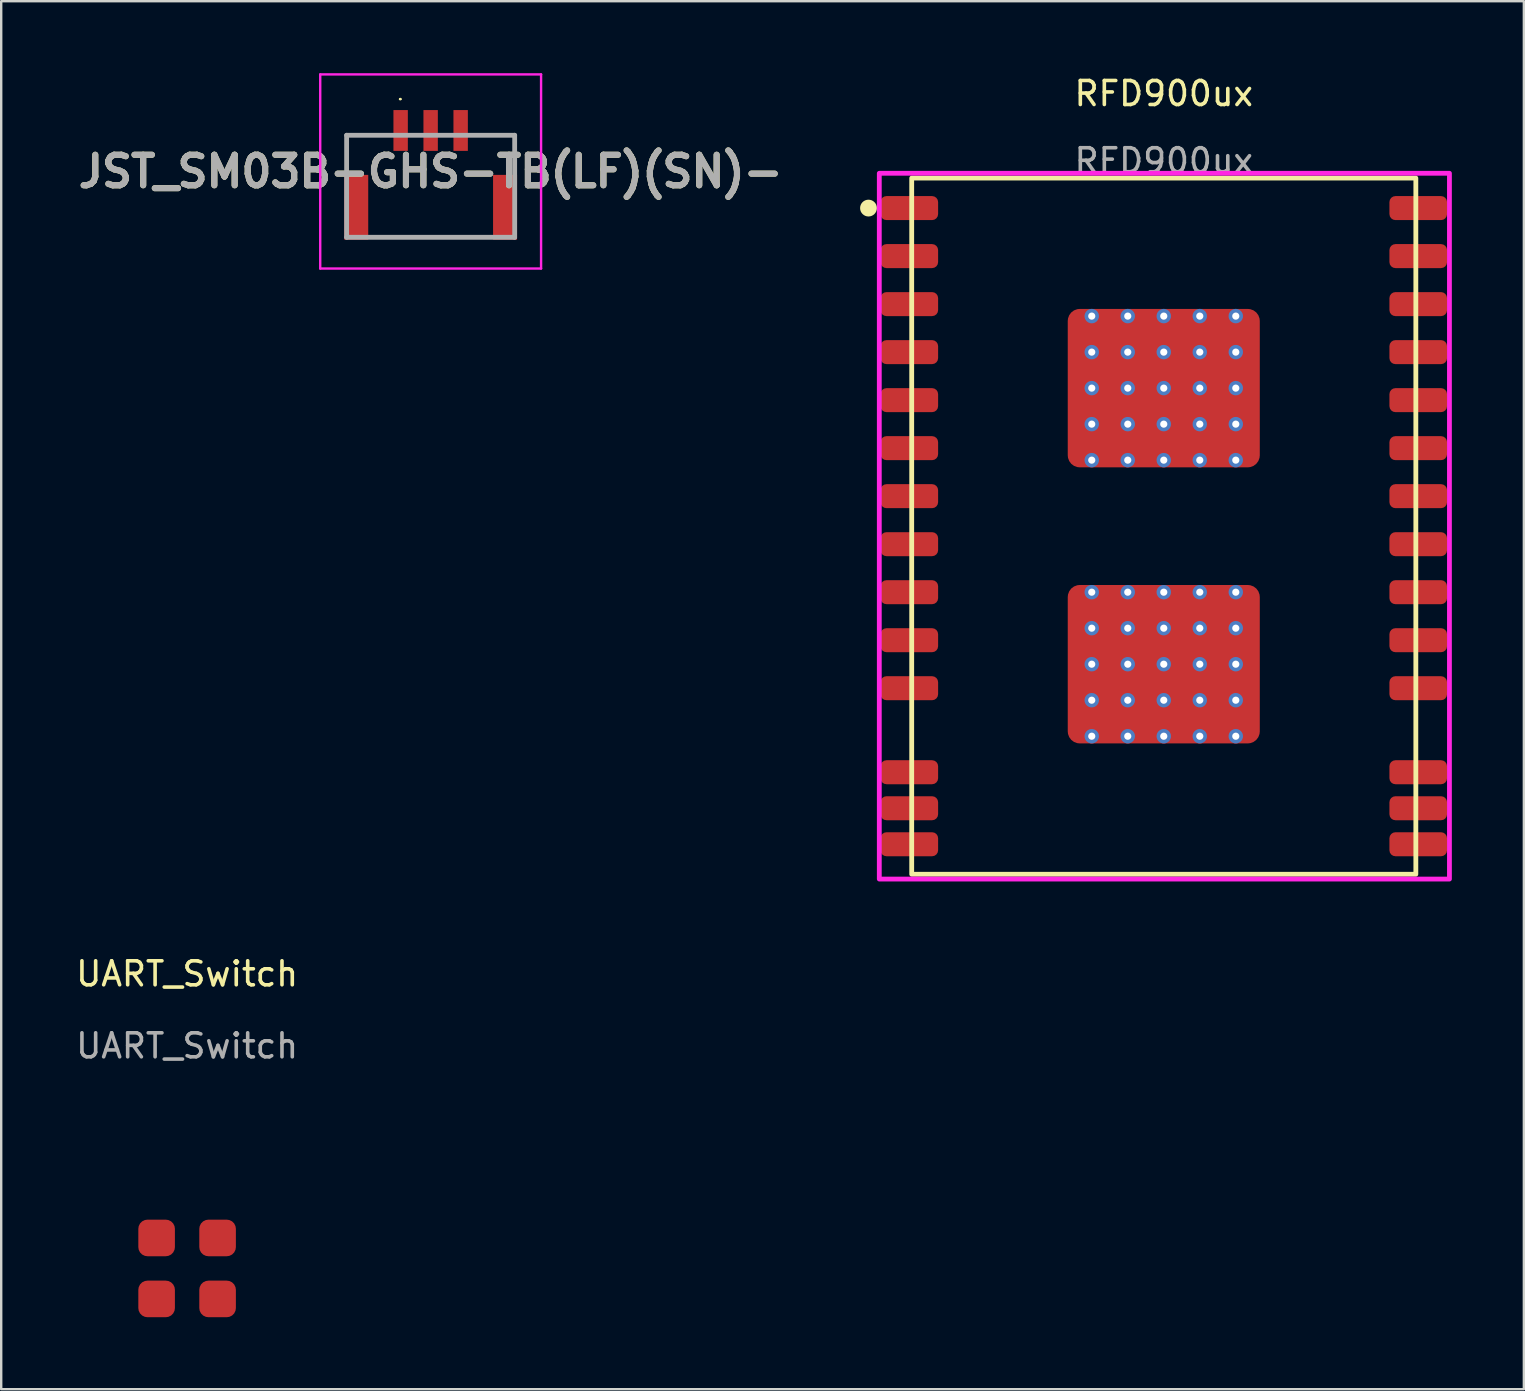
<source format=kicad_pcb>
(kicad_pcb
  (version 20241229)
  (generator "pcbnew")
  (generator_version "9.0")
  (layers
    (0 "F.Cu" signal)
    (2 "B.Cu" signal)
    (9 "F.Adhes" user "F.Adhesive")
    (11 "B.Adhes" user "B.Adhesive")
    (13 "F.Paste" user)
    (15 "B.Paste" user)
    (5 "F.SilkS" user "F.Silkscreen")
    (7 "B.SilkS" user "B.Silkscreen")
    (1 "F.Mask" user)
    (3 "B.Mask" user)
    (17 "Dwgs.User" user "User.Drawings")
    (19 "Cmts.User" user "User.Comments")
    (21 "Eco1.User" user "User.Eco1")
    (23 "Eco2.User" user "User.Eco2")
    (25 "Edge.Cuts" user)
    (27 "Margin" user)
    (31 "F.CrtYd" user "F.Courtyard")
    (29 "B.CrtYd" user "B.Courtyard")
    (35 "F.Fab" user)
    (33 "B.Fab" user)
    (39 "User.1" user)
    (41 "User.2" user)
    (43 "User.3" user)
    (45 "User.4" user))
  (footprint "JST_SM03B-GHS-TB(LF)(SN)-"
    (layer "F.Cu")
    (at 14.889 3.235)
    (property "Reference" "JST_SM03B-GHS-TB(LF)(SN)-" (at 0 0.858 0) (layer "F.SilkS") (effects (font (size 1.27 1.27) (thickness 0.254))))
    (attr smd)
    (fp_line (start -3.5 -0.65) (end -3.5 0.656) (stroke (width 0.1) (type solid)) (layer "F.SilkS"))
    (fp_line (start -3.5 -0.65) (end -1.907 -0.65) (stroke (width 0.1) (type solid)) (layer "F.SilkS"))
    (fp_line (start -1.295 -2.156) (end -1.295 -2.156) (stroke (width 0.058) (type solid)) (layer "F.SilkS"))
    (fp_line (start -1.237 -2.156) (end -1.237 -2.156) (stroke (width 0.058) (type solid)) (layer "F.SilkS"))
    (fp_line (start 2.2 3.6) (end -2.2 3.6) (stroke (width 0.1) (type solid)) (layer "F.SilkS"))
    (fp_line (start 3.5 -0.65) (end 1.907 -0.65) (stroke (width 0.1) (type solid)) (layer "F.SilkS"))
    (fp_line (start 3.5 -0.65) (end 3.5 0.656) (stroke (width 0.1) (type solid)) (layer "F.SilkS"))
    (fp_arc (start -1.295 -2.156) (mid -1.266 -2.185) (end -1.237 -2.156) (stroke (width 0.058) (type solid)) (layer "F.SilkS"))
    (fp_arc (start -1.237 -2.156) (mid -1.266 -2.127) (end -1.295 -2.156) (stroke (width 0.058) (type solid)) (layer "F.SilkS"))
    (fp_line (start -4.6 -3.185) (end -4.6 4.901) (stroke (width 0.1) (type solid)) (layer "F.CrtYd"))
    (fp_line (start -4.6 4.901) (end 4.6 4.901) (stroke (width 0.1) (type solid)) (layer "F.CrtYd"))
    (fp_line (start 4.6 -3.185) (end -4.6 -3.185) (stroke (width 0.1) (type solid)) (layer "F.CrtYd"))
    (fp_line (start 4.6 4.901) (end 4.6 -3.185) (stroke (width 0.1) (type solid)) (layer "F.CrtYd"))
    (fp_line (start -3.5 -0.65) (end -3.5 3.6) (stroke (width 0.2) (type solid)) (layer "F.Fab"))
    (fp_line (start -3.5 3.6) (end 3.5 3.6) (stroke (width 0.2) (type solid)) (layer "F.Fab"))
    (fp_line (start 3.5 -0.65) (end -3.5 -0.65) (stroke (width 0.2) (type solid)) (layer "F.Fab"))
    (fp_line (start 3.5 3.6) (end 3.5 -0.65) (stroke (width 0.2) (type solid)) (layer "F.Fab"))
    (fp_text user "${REFERENCE}" (at 0 0.858 0) (layer "F.Fab") (effects (font (size 1.27 1.27) (thickness 0.254))))
    (pad "1" smd rect (at -1.25 -0.85) (size 0.6 1.7) (layers "F.Cu" "F.Mask" "F.Paste"))
    (pad "2" smd rect (at 0 -0.85) (size 0.6 1.7) (layers "F.Cu" "F.Mask" "F.Paste"))
    (pad "3" smd rect (at 1.25 -0.85) (size 0.6 1.7) (layers "F.Cu" "F.Mask" "F.Paste"))
    (pad "4" smd rect (at 3.1 2.35) (size 1 2.7) (layers "F.Cu" "F.Mask" "F.Paste"))
    (pad "5" smd rect (at -3.1 2.35) (size 1 2.7) (layers "F.Cu" "F.Mask" "F.Paste")))
  (footprint "RFD900ux"
    (layer "F.Cu")
    (at 45.428 18.868)
    (property "Reference" "RFD900ux" (at 0 -18.02 0) (unlocked yes) (layer "F.SilkS") (effects (font (size 1 1) (thickness 0.15))))
    (attr smd)
    (fp_rect (start -10.5 -14.5) (end 10.5 14.5) (stroke (width 0.2) (type solid)) (fill no) (layer "F.SilkS"))
    (fp_circle (center -12.3 -13.25) (end -12.05 -13.25) (stroke (width 0.2) (type solid)) (fill yes) (layer "F.SilkS"))
    (fp_rect (start -11.85 -14.7) (end 11.9 14.7) (stroke (width 0.2) (type solid)) (fill no) (layer "F.CrtYd"))
    (fp_text user "${REFERENCE}" (at 0 -15.22 0) (unlocked yes) (layer "F.Fab") (effects (font (size 1 1) (thickness 0.15))))
    (pad "" thru_hole circle (at -3 -8.75) (size 0.6 0.6) (drill 0.3) (layers "*.Cu" "*.Mask"))
    (pad "" thru_hole circle (at -3 -7.25) (size 0.6 0.6) (drill 0.3) (layers "*.Cu" "*.Mask"))
    (pad "" thru_hole circle (at -3 -5.75) (size 0.6 0.6) (drill 0.3) (layers "*.Cu" "*.Mask"))
    (pad "" thru_hole circle (at -3 -4.25) (size 0.6 0.6) (drill 0.3) (layers "*.Cu" "*.Mask"))
    (pad "" thru_hole circle (at -3 -2.75) (size 0.6 0.6) (drill 0.3) (layers "*.Cu" "*.Mask"))
    (pad "" thru_hole circle (at -3 2.75) (size 0.6 0.6) (drill 0.3) (layers "*.Cu" "*.Mask"))
    (pad "" thru_hole circle (at -3 4.25) (size 0.6 0.6) (drill 0.3) (layers "*.Cu" "*.Mask"))
    (pad "" thru_hole circle (at -3 5.75) (size 0.6 0.6) (drill 0.3) (layers "*.Cu" "*.Mask"))
    (pad "" thru_hole circle (at -3 7.25) (size 0.6 0.6) (drill 0.3) (layers "*.Cu" "*.Mask"))
    (pad "" thru_hole circle (at -3 8.75) (size 0.6 0.6) (drill 0.3) (layers "*.Cu" "*.Mask"))
    (pad "" thru_hole circle (at -1.5 -8.75) (size 0.6 0.6) (drill 0.3) (layers "*.Cu" "*.Mask"))
    (pad "" thru_hole circle (at -1.5 -7.25) (size 0.6 0.6) (drill 0.3) (layers "*.Cu" "*.Mask"))
    (pad "" thru_hole circle (at -1.5 -5.75) (size 0.6 0.6) (drill 0.3) (layers "*.Cu" "*.Mask"))
    (pad "" thru_hole circle (at -1.5 -4.25) (size 0.6 0.6) (drill 0.3) (layers "*.Cu" "*.Mask"))
    (pad "" thru_hole circle (at -1.5 -2.75) (size 0.6 0.6) (drill 0.3) (layers "*.Cu" "*.Mask"))
    (pad "" thru_hole circle (at -1.5 2.75) (size 0.6 0.6) (drill 0.3) (layers "*.Cu" "*.Mask"))
    (pad "" thru_hole circle (at -1.5 4.25) (size 0.6 0.6) (drill 0.3) (layers "*.Cu" "*.Mask"))
    (pad "" thru_hole circle (at -1.5 5.75) (size 0.6 0.6) (drill 0.3) (layers "*.Cu" "*.Mask"))
    (pad "" thru_hole circle (at -1.5 7.25) (size 0.6 0.6) (drill 0.3) (layers "*.Cu" "*.Mask"))
    (pad "" thru_hole circle (at -1.5 8.75) (size 0.6 0.6) (drill 0.3) (layers "*.Cu" "*.Mask"))
    (pad "" thru_hole circle (at 0 -8.75) (size 0.6 0.6) (drill 0.3) (layers "*.Cu" "*.Mask"))
    (pad "" thru_hole circle (at 0 -7.25) (size 0.6 0.6) (drill 0.3) (layers "*.Cu" "*.Mask"))
    (pad "" thru_hole circle (at 0 -5.75) (size 0.6 0.6) (drill 0.3) (layers "*.Cu" "*.Mask"))
    (pad "" thru_hole circle (at 0 -4.25) (size 0.6 0.6) (drill 0.3) (layers "*.Cu" "*.Mask"))
    (pad "" thru_hole circle (at 0 -2.75) (size 0.6 0.6) (drill 0.3) (layers "*.Cu" "*.Mask"))
    (pad "" thru_hole circle (at 0 2.75) (size 0.6 0.6) (drill 0.3) (layers "*.Cu" "*.Mask"))
    (pad "" thru_hole circle (at 0 4.25) (size 0.6 0.6) (drill 0.3) (layers "*.Cu" "*.Mask"))
    (pad "" thru_hole circle (at 0 5.75) (size 0.6 0.6) (drill 0.3) (layers "*.Cu" "*.Mask"))
    (pad "" thru_hole circle (at 0 7.25) (size 0.6 0.6) (drill 0.3) (layers "*.Cu" "*.Mask"))
    (pad "" thru_hole circle (at 0 8.75) (size 0.6 0.6) (drill 0.3) (layers "*.Cu" "*.Mask"))
    (pad "" thru_hole circle (at 1.5 -8.75) (size 0.6 0.6) (drill 0.3) (layers "*.Cu" "*.Mask"))
    (pad "" thru_hole circle (at 1.5 -7.25) (size 0.6 0.6) (drill 0.3) (layers "*.Cu" "*.Mask"))
    (pad "" thru_hole circle (at 1.5 -5.75) (size 0.6 0.6) (drill 0.3) (layers "*.Cu" "*.Mask"))
    (pad "" thru_hole circle (at 1.5 -4.25) (size 0.6 0.6) (drill 0.3) (layers "*.Cu" "*.Mask"))
    (pad "" thru_hole circle (at 1.5 -2.75) (size 0.6 0.6) (drill 0.3) (layers "*.Cu" "*.Mask"))
    (pad "" thru_hole circle (at 1.5 2.75) (size 0.6 0.6) (drill 0.3) (layers "*.Cu" "*.Mask"))
    (pad "" thru_hole circle (at 1.5 4.25) (size 0.6 0.6) (drill 0.3) (layers "*.Cu" "*.Mask"))
    (pad "" thru_hole circle (at 1.5 5.75) (size 0.6 0.6) (drill 0.3) (layers "*.Cu" "*.Mask"))
    (pad "" thru_hole circle (at 1.5 7.25) (size 0.6 0.6) (drill 0.3) (layers "*.Cu" "*.Mask"))
    (pad "" thru_hole circle (at 1.5 8.75) (size 0.6 0.6) (drill 0.3) (layers "*.Cu" "*.Mask"))
    (pad "" thru_hole circle (at 3 -8.75) (size 0.6 0.6) (drill 0.3) (layers "*.Cu" "*.Mask"))
    (pad "" thru_hole circle (at 3 -7.25) (size 0.6 0.6) (drill 0.3) (layers "*.Cu" "*.Mask"))
    (pad "" thru_hole circle (at 3 -5.75) (size 0.6 0.6) (drill 0.3) (layers "*.Cu" "*.Mask"))
    (pad "" thru_hole circle (at 3 -4.25) (size 0.6 0.6) (drill 0.3) (layers "*.Cu" "*.Mask"))
    (pad "" thru_hole circle (at 3 -2.75) (size 0.6 0.6) (drill 0.3) (layers "*.Cu" "*.Mask"))
    (pad "" thru_hole circle (at 3 2.75) (size 0.6 0.6) (drill 0.3) (layers "*.Cu" "*.Mask"))
    (pad "" thru_hole circle (at 3 4.25) (size 0.6 0.6) (drill 0.3) (layers "*.Cu" "*.Mask"))
    (pad "" thru_hole circle (at 3 5.75) (size 0.6 0.6) (drill 0.3) (layers "*.Cu" "*.Mask"))
    (pad "" thru_hole circle (at 3 7.25) (size 0.6 0.6) (drill 0.3) (layers "*.Cu" "*.Mask"))
    (pad "" thru_hole circle (at 3 8.75) (size 0.6 0.6) (drill 0.3) (layers "*.Cu" "*.Mask"))
    (pad "1" smd roundrect (at -10.6 -13.25) (size 2.4 1) (layers "F.Cu" "F.Mask" "F.Paste") (roundrect_rratio 0.25))
    (pad "2" smd roundrect (at -10.6 -11.25) (size 2.4 1) (layers "F.Cu" "F.Mask" "F.Paste") (roundrect_rratio 0.25))
    (pad "3" smd roundrect (at -10.6 -9.25) (size 2.4 1) (layers "F.Cu" "F.Mask" "F.Paste") (roundrect_rratio 0.25))
    (pad "4" smd roundrect (at -10.6 -7.25) (size 2.4 1) (layers "F.Cu" "F.Mask" "F.Paste") (roundrect_rratio 0.25))
    (pad "5" smd roundrect (at -10.6 -5.25) (size 2.4 1) (layers "F.Cu" "F.Mask" "F.Paste") (roundrect_rratio 0.25))
    (pad "6" smd roundrect (at -10.6 -3.25) (size 2.4 1) (layers "F.Cu" "F.Mask" "F.Paste") (roundrect_rratio 0.25))
    (pad "7" smd roundrect (at -10.6 -1.25) (size 2.4 1) (layers "F.Cu" "F.Mask" "F.Paste") (roundrect_rratio 0.25))
    (pad "8" smd roundrect (at -10.6 0.75) (size 2.4 1) (layers "F.Cu" "F.Mask" "F.Paste") (roundrect_rratio 0.25))
    (pad "9" smd roundrect (at -10.6 2.75) (size 2.4 1) (layers "F.Cu" "F.Mask" "F.Paste") (roundrect_rratio 0.25))
    (pad "10" smd roundrect (at -10.6 4.75) (size 2.4 1) (layers "F.Cu" "F.Mask" "F.Paste") (roundrect_rratio 0.25))
    (pad "11" smd roundrect (at -10.6 6.75) (size 2.4 1) (layers "F.Cu" "F.Mask" "F.Paste") (roundrect_rratio 0.25))
    (pad "12" smd roundrect (at -10.6 10.25) (size 2.4 1) (layers "F.Cu" "F.Mask" "F.Paste") (roundrect_rratio 0.25))
    (pad "13" smd roundrect (at -10.6 11.75) (size 2.4 1) (layers "F.Cu" "F.Mask" "F.Paste") (roundrect_rratio 0.25))
    (pad "14" smd roundrect (at -10.6 13.25) (size 2.4 1) (layers "F.Cu" "F.Mask" "F.Paste") (roundrect_rratio 0.25))
    (pad "15" smd roundrect (at 10.6 13.25) (size 2.4 1) (layers "F.Cu" "F.Mask" "F.Paste") (roundrect_rratio 0.25))
    (pad "16" smd roundrect (at 10.6 11.75) (size 2.4 1) (layers "F.Cu" "F.Mask" "F.Paste") (roundrect_rratio 0.25))
    (pad "17" smd roundrect (at 10.6 10.25) (size 2.4 1) (layers "F.Cu" "F.Mask" "F.Paste") (roundrect_rratio 0.25))
    (pad "18" smd roundrect (at 10.6 6.75) (size 2.4 1) (layers "F.Cu" "F.Mask" "F.Paste") (roundrect_rratio 0.25))
    (pad "19" smd roundrect (at 10.6 4.75) (size 2.4 1) (layers "F.Cu" "F.Mask" "F.Paste") (roundrect_rratio 0.25))
    (pad "20" smd roundrect (at 10.6 2.75) (size 2.4 1) (layers "F.Cu" "F.Mask" "F.Paste") (roundrect_rratio 0.25))
    (pad "21" smd roundrect (at 10.6 0.75) (size 2.4 1) (layers "F.Cu" "F.Mask" "F.Paste") (roundrect_rratio 0.25))
    (pad "22" smd roundrect (at 10.6 -1.25) (size 2.4 1) (layers "F.Cu" "F.Mask" "F.Paste") (roundrect_rratio 0.25))
    (pad "23" smd roundrect (at 10.6 -3.25) (size 2.4 1) (layers "F.Cu" "F.Mask" "F.Paste") (roundrect_rratio 0.25))
    (pad "24" smd roundrect (at 10.6 -5.25) (size 2.4 1) (layers "F.Cu" "F.Mask" "F.Paste") (roundrect_rratio 0.25))
    (pad "25" smd roundrect (at 10.6 -7.25) (size 2.4 1) (layers "F.Cu" "F.Mask" "F.Paste") (roundrect_rratio 0.25))
    (pad "26" smd roundrect (at 10.6 -9.25) (size 2.4 1) (layers "F.Cu" "F.Mask" "F.Paste") (roundrect_rratio 0.25))
    (pad "27" smd roundrect (at 10.6 -11.25) (size 2.4 1) (layers "F.Cu" "F.Mask" "F.Paste") (roundrect_rratio 0.25))
    (pad "28" smd roundrect (at 10.6 -13.25) (size 2.4 1) (layers "F.Cu" "F.Mask" "F.Paste") (roundrect_rratio 0.25))
    (pad "29" smd roundrect (at 0 -5.75) (size 8 6.6) (layers "F.Cu" "F.Mask" "F.Paste") (roundrect_rratio 0.076))
    (pad "30" smd roundrect (at 0 5.75) (size 8 6.6) (layers "F.Cu" "F.Mask" "F.Paste") (roundrect_rratio 0.076)))
  (footprint "UART_Switch"
    (layer "F.Cu")
    (at 4.744 49.788)
    (property "Reference" "UART_Switch" (at 0 -12.271 0) (unlocked yes) (layer "F.SilkS") (effects (font (size 1 1) (thickness 0.15))))
    (attr smd)
    (fp_text user "${REFERENCE}" (at 0 -9.271 0) (unlocked yes) (layer "F.Fab") (effects (font (size 1 1) (thickness 0.15))))
    (pad "1" smd roundrect (at -1.27 -1.27) (size 1.524 1.524) (layers "F.Cu" "F.Mask" "F.Paste") (roundrect_rratio 0.25))
    (pad "2" smd roundrect (at 1.27 1.27) (size 1.524 1.524) (layers "F.Cu" "F.Mask" "F.Paste") (roundrect_rratio 0.25))
    (pad "3" smd roundrect (at -1.27 1.27) (size 1.524 1.524) (layers "F.Cu" "F.Mask" "F.Paste") (roundrect_rratio 0.25))
    (pad "4" smd roundrect (at 1.27 -1.27) (size 1.524 1.524) (layers "F.Cu" "F.Mask" "F.Paste") (roundrect_rratio 0.25)))
  (gr_rect
    (start -3 -3)
    (end 60.428 54.819)
    (stroke (width 0.1) (type default))
    (fill no)
    (layer "Edge.Cuts")))
</source>
